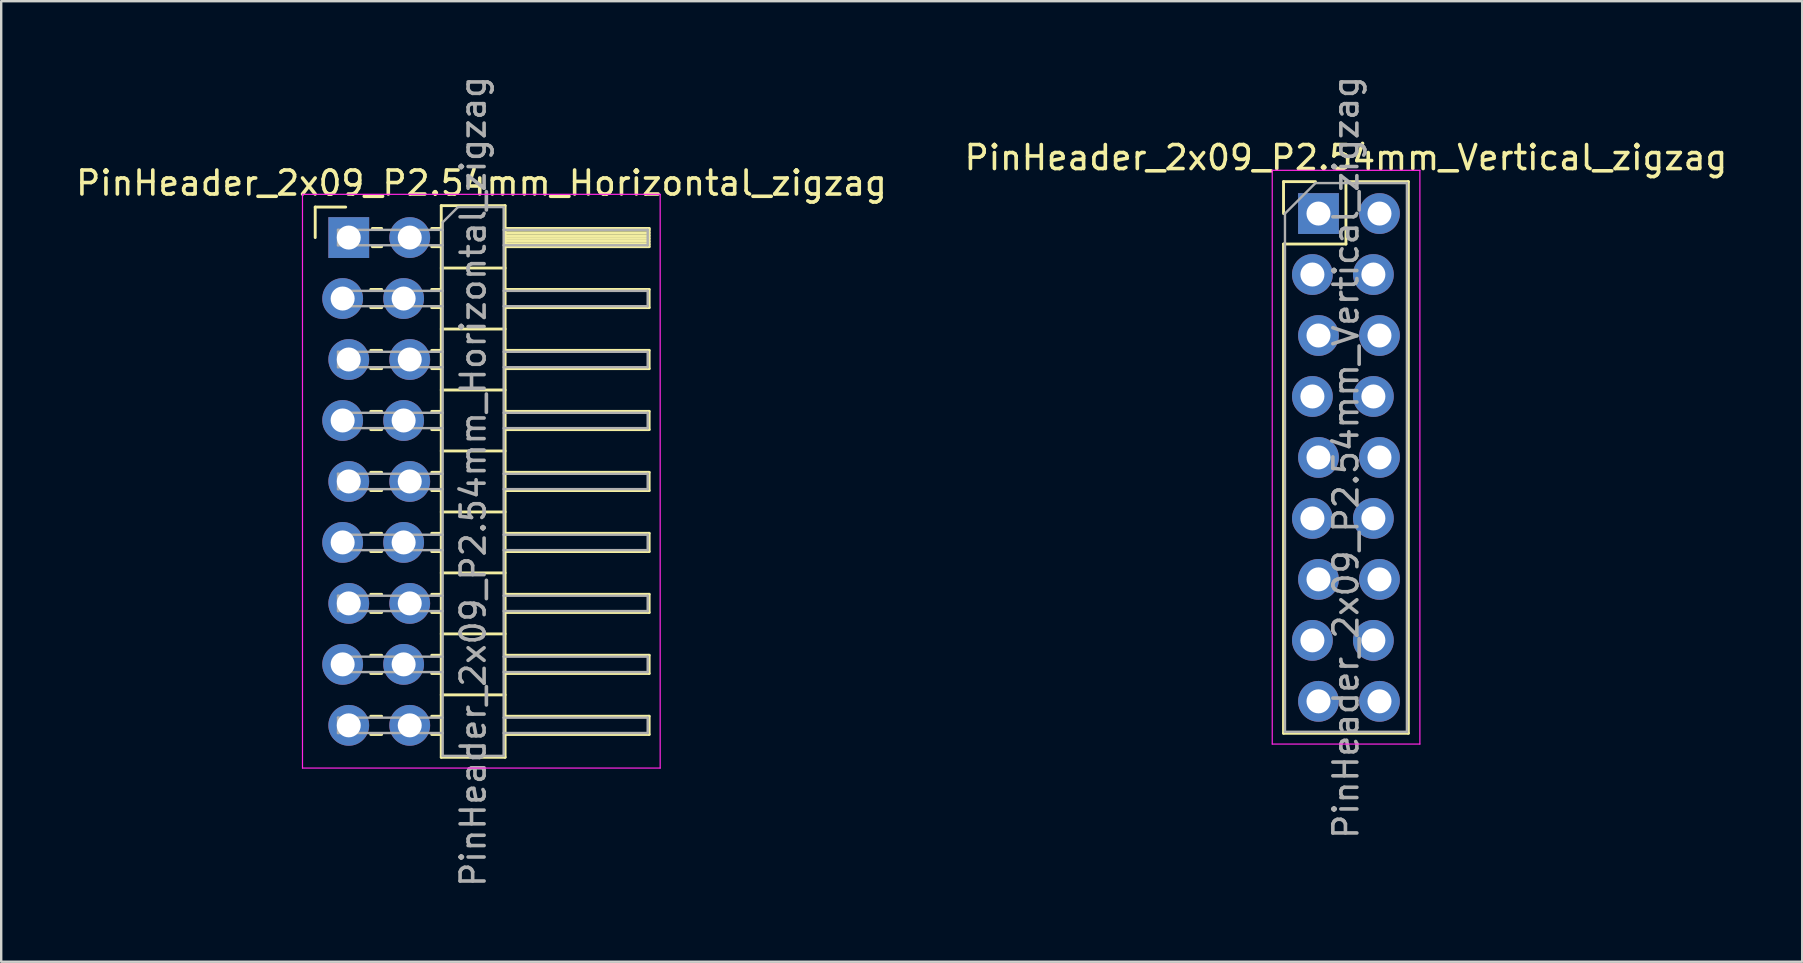
<source format=kicad_pcb>
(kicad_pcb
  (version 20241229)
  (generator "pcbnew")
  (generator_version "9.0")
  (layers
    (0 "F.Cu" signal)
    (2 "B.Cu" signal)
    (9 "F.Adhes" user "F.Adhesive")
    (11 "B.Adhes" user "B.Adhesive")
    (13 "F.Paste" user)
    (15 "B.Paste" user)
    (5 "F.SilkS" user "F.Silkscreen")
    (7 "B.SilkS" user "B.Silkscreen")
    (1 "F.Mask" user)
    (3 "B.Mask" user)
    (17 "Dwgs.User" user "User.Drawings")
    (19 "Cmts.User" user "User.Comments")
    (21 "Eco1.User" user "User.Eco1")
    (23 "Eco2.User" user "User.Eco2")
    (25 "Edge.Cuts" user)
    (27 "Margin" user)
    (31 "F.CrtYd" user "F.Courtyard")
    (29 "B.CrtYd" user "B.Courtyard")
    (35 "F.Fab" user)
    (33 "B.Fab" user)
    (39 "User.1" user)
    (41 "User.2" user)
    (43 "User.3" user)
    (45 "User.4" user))
  (footprint "PinHeader_2x09_P2.54mm_Horizontal_zigzag"
    (layer "F.Cu")
    (at 11.351 6.846)
    (property "Reference" "PinHeader_2x09_P2.54mm_Horizontal_zigzag" (at 5.655 -2.27 0) (layer "F.SilkS") (effects (font (size 1 1) (thickness 0.15))))
    (attr through_hole)
    (fp_line (start -1.27 -1.27) (end 0 -1.27) (stroke (width 0.12) (type solid)) (layer "F.SilkS"))
    (fp_line (start -1.27 0) (end -1.27 -1.27) (stroke (width 0.12) (type solid)) (layer "F.SilkS"))
    (fp_line (start 1.043 2.16) (end 1.497 2.16) (stroke (width 0.12) (type solid)) (layer "F.SilkS"))
    (fp_line (start 1.043 2.92) (end 1.497 2.92) (stroke (width 0.12) (type solid)) (layer "F.SilkS"))
    (fp_line (start 1.043 4.7) (end 1.497 4.7) (stroke (width 0.12) (type solid)) (layer "F.SilkS"))
    (fp_line (start 1.043 5.46) (end 1.497 5.46) (stroke (width 0.12) (type solid)) (layer "F.SilkS"))
    (fp_line (start 1.043 7.24) (end 1.497 7.24) (stroke (width 0.12) (type solid)) (layer "F.SilkS"))
    (fp_line (start 1.043 8) (end 1.497 8) (stroke (width 0.12) (type solid)) (layer "F.SilkS"))
    (fp_line (start 1.043 9.78) (end 1.497 9.78) (stroke (width 0.12) (type solid)) (layer "F.SilkS"))
    (fp_line (start 1.043 10.54) (end 1.497 10.54) (stroke (width 0.12) (type solid)) (layer "F.SilkS"))
    (fp_line (start 1.043 12.32) (end 1.497 12.32) (stroke (width 0.12) (type solid)) (layer "F.SilkS"))
    (fp_line (start 1.043 13.08) (end 1.497 13.08) (stroke (width 0.12) (type solid)) (layer "F.SilkS"))
    (fp_line (start 1.043 14.86) (end 1.497 14.86) (stroke (width 0.12) (type solid)) (layer "F.SilkS"))
    (fp_line (start 1.043 15.62) (end 1.497 15.62) (stroke (width 0.12) (type solid)) (layer "F.SilkS"))
    (fp_line (start 1.043 17.4) (end 1.497 17.4) (stroke (width 0.12) (type solid)) (layer "F.SilkS"))
    (fp_line (start 1.043 18.16) (end 1.497 18.16) (stroke (width 0.12) (type solid)) (layer "F.SilkS"))
    (fp_line (start 1.043 19.94) (end 1.497 19.94) (stroke (width 0.12) (type solid)) (layer "F.SilkS"))
    (fp_line (start 1.043 20.7) (end 1.497 20.7) (stroke (width 0.12) (type solid)) (layer "F.SilkS"))
    (fp_line (start 1.11 -0.38) (end 1.497 -0.38) (stroke (width 0.12) (type solid)) (layer "F.SilkS"))
    (fp_line (start 1.11 0.38) (end 1.497 0.38) (stroke (width 0.12) (type solid)) (layer "F.SilkS"))
    (fp_line (start 3.583 -0.38) (end 3.98 -0.38) (stroke (width 0.12) (type solid)) (layer "F.SilkS"))
    (fp_line (start 3.583 0.38) (end 3.98 0.38) (stroke (width 0.12) (type solid)) (layer "F.SilkS"))
    (fp_line (start 3.583 2.16) (end 3.98 2.16) (stroke (width 0.12) (type solid)) (layer "F.SilkS"))
    (fp_line (start 3.583 2.92) (end 3.98 2.92) (stroke (width 0.12) (type solid)) (layer "F.SilkS"))
    (fp_line (start 3.583 4.7) (end 3.98 4.7) (stroke (width 0.12) (type solid)) (layer "F.SilkS"))
    (fp_line (start 3.583 5.46) (end 3.98 5.46) (stroke (width 0.12) (type solid)) (layer "F.SilkS"))
    (fp_line (start 3.583 7.24) (end 3.98 7.24) (stroke (width 0.12) (type solid)) (layer "F.SilkS"))
    (fp_line (start 3.583 8) (end 3.98 8) (stroke (width 0.12) (type solid)) (layer "F.SilkS"))
    (fp_line (start 3.583 9.78) (end 3.98 9.78) (stroke (width 0.12) (type solid)) (layer "F.SilkS"))
    (fp_line (start 3.583 10.54) (end 3.98 10.54) (stroke (width 0.12) (type solid)) (layer "F.SilkS"))
    (fp_line (start 3.583 12.32) (end 3.98 12.32) (stroke (width 0.12) (type solid)) (layer "F.SilkS"))
    (fp_line (start 3.583 13.08) (end 3.98 13.08) (stroke (width 0.12) (type solid)) (layer "F.SilkS"))
    (fp_line (start 3.583 14.86) (end 3.98 14.86) (stroke (width 0.12) (type solid)) (layer "F.SilkS"))
    (fp_line (start 3.583 15.62) (end 3.98 15.62) (stroke (width 0.12) (type solid)) (layer "F.SilkS"))
    (fp_line (start 3.583 17.4) (end 3.98 17.4) (stroke (width 0.12) (type solid)) (layer "F.SilkS"))
    (fp_line (start 3.583 18.16) (end 3.98 18.16) (stroke (width 0.12) (type solid)) (layer "F.SilkS"))
    (fp_line (start 3.583 19.94) (end 3.98 19.94) (stroke (width 0.12) (type solid)) (layer "F.SilkS"))
    (fp_line (start 3.583 20.7) (end 3.98 20.7) (stroke (width 0.12) (type solid)) (layer "F.SilkS"))
    (fp_line (start 3.98 -1.33) (end 3.98 21.65) (stroke (width 0.12) (type solid)) (layer "F.SilkS"))
    (fp_line (start 3.98 1.27) (end 6.64 1.27) (stroke (width 0.12) (type solid)) (layer "F.SilkS"))
    (fp_line (start 3.98 3.81) (end 6.64 3.81) (stroke (width 0.12) (type solid)) (layer "F.SilkS"))
    (fp_line (start 3.98 6.35) (end 6.64 6.35) (stroke (width 0.12) (type solid)) (layer "F.SilkS"))
    (fp_line (start 3.98 8.89) (end 6.64 8.89) (stroke (width 0.12) (type solid)) (layer "F.SilkS"))
    (fp_line (start 3.98 11.43) (end 6.64 11.43) (stroke (width 0.12) (type solid)) (layer "F.SilkS"))
    (fp_line (start 3.98 13.97) (end 6.64 13.97) (stroke (width 0.12) (type solid)) (layer "F.SilkS"))
    (fp_line (start 3.98 16.51) (end 6.64 16.51) (stroke (width 0.12) (type solid)) (layer "F.SilkS"))
    (fp_line (start 3.98 19.05) (end 6.64 19.05) (stroke (width 0.12) (type solid)) (layer "F.SilkS"))
    (fp_line (start 3.98 21.65) (end 6.64 21.65) (stroke (width 0.12) (type solid)) (layer "F.SilkS"))
    (fp_line (start 6.64 -1.33) (end 3.98 -1.33) (stroke (width 0.12) (type solid)) (layer "F.SilkS"))
    (fp_line (start 6.64 -0.38) (end 12.64 -0.38) (stroke (width 0.12) (type solid)) (layer "F.SilkS"))
    (fp_line (start 6.64 -0.32) (end 12.64 -0.32) (stroke (width 0.12) (type solid)) (layer "F.SilkS"))
    (fp_line (start 6.64 -0.2) (end 12.64 -0.2) (stroke (width 0.12) (type solid)) (layer "F.SilkS"))
    (fp_line (start 6.64 -0.08) (end 12.64 -0.08) (stroke (width 0.12) (type solid)) (layer "F.SilkS"))
    (fp_line (start 6.64 0.04) (end 12.64 0.04) (stroke (width 0.12) (type solid)) (layer "F.SilkS"))
    (fp_line (start 6.64 0.16) (end 12.64 0.16) (stroke (width 0.12) (type solid)) (layer "F.SilkS"))
    (fp_line (start 6.64 0.28) (end 12.64 0.28) (stroke (width 0.12) (type solid)) (layer "F.SilkS"))
    (fp_line (start 6.64 2.16) (end 12.64 2.16) (stroke (width 0.12) (type solid)) (layer "F.SilkS"))
    (fp_line (start 6.64 4.7) (end 12.64 4.7) (stroke (width 0.12) (type solid)) (layer "F.SilkS"))
    (fp_line (start 6.64 7.24) (end 12.64 7.24) (stroke (width 0.12) (type solid)) (layer "F.SilkS"))
    (fp_line (start 6.64 9.78) (end 12.64 9.78) (stroke (width 0.12) (type solid)) (layer "F.SilkS"))
    (fp_line (start 6.64 12.32) (end 12.64 12.32) (stroke (width 0.12) (type solid)) (layer "F.SilkS"))
    (fp_line (start 6.64 14.86) (end 12.64 14.86) (stroke (width 0.12) (type solid)) (layer "F.SilkS"))
    (fp_line (start 6.64 17.4) (end 12.64 17.4) (stroke (width 0.12) (type solid)) (layer "F.SilkS"))
    (fp_line (start 6.64 19.94) (end 12.64 19.94) (stroke (width 0.12) (type solid)) (layer "F.SilkS"))
    (fp_line (start 6.64 21.65) (end 6.64 -1.33) (stroke (width 0.12) (type solid)) (layer "F.SilkS"))
    (fp_line (start 12.64 -0.38) (end 12.64 0.38) (stroke (width 0.12) (type solid)) (layer "F.SilkS"))
    (fp_line (start 12.64 0.38) (end 6.64 0.38) (stroke (width 0.12) (type solid)) (layer "F.SilkS"))
    (fp_line (start 12.64 2.16) (end 12.64 2.92) (stroke (width 0.12) (type solid)) (layer "F.SilkS"))
    (fp_line (start 12.64 2.92) (end 6.64 2.92) (stroke (width 0.12) (type solid)) (layer "F.SilkS"))
    (fp_line (start 12.64 4.7) (end 12.64 5.46) (stroke (width 0.12) (type solid)) (layer "F.SilkS"))
    (fp_line (start 12.64 5.46) (end 6.64 5.46) (stroke (width 0.12) (type solid)) (layer "F.SilkS"))
    (fp_line (start 12.64 7.24) (end 12.64 8) (stroke (width 0.12) (type solid)) (layer "F.SilkS"))
    (fp_line (start 12.64 8) (end 6.64 8) (stroke (width 0.12) (type solid)) (layer "F.SilkS"))
    (fp_line (start 12.64 9.78) (end 12.64 10.54) (stroke (width 0.12) (type solid)) (layer "F.SilkS"))
    (fp_line (start 12.64 10.54) (end 6.64 10.54) (stroke (width 0.12) (type solid)) (layer "F.SilkS"))
    (fp_line (start 12.64 12.32) (end 12.64 13.08) (stroke (width 0.12) (type solid)) (layer "F.SilkS"))
    (fp_line (start 12.64 13.08) (end 6.64 13.08) (stroke (width 0.12) (type solid)) (layer "F.SilkS"))
    (fp_line (start 12.64 14.86) (end 12.64 15.62) (stroke (width 0.12) (type solid)) (layer "F.SilkS"))
    (fp_line (start 12.64 15.62) (end 6.64 15.62) (stroke (width 0.12) (type solid)) (layer "F.SilkS"))
    (fp_line (start 12.64 17.4) (end 12.64 18.16) (stroke (width 0.12) (type solid)) (layer "F.SilkS"))
    (fp_line (start 12.64 18.16) (end 6.64 18.16) (stroke (width 0.12) (type solid)) (layer "F.SilkS"))
    (fp_line (start 12.64 19.94) (end 12.64 20.7) (stroke (width 0.12) (type solid)) (layer "F.SilkS"))
    (fp_line (start 12.64 20.7) (end 6.64 20.7) (stroke (width 0.12) (type solid)) (layer "F.SilkS"))
    (fp_line (start -1.8 -1.8) (end -1.8 22.1) (stroke (width 0.05) (type solid)) (layer "F.CrtYd"))
    (fp_line (start -1.8 22.1) (end 13.1 22.1) (stroke (width 0.05) (type solid)) (layer "F.CrtYd"))
    (fp_line (start 13.1 -1.8) (end -1.8 -1.8) (stroke (width 0.05) (type solid)) (layer "F.CrtYd"))
    (fp_line (start 13.1 22.1) (end 13.1 -1.8) (stroke (width 0.05) (type solid)) (layer "F.CrtYd"))
    (fp_line (start -0.32 -0.32) (end -0.32 0.32) (stroke (width 0.1) (type solid)) (layer "F.Fab"))
    (fp_line (start -0.32 -0.32) (end 4.04 -0.32) (stroke (width 0.1) (type solid)) (layer "F.Fab"))
    (fp_line (start -0.32 0.32) (end 4.04 0.32) (stroke (width 0.1) (type solid)) (layer "F.Fab"))
    (fp_line (start -0.32 2.22) (end -0.32 2.86) (stroke (width 0.1) (type solid)) (layer "F.Fab"))
    (fp_line (start -0.32 2.22) (end 4.04 2.22) (stroke (width 0.1) (type solid)) (layer "F.Fab"))
    (fp_line (start -0.32 2.86) (end 4.04 2.86) (stroke (width 0.1) (type solid)) (layer "F.Fab"))
    (fp_line (start -0.32 4.76) (end -0.32 5.4) (stroke (width 0.1) (type solid)) (layer "F.Fab"))
    (fp_line (start -0.32 4.76) (end 4.04 4.76) (stroke (width 0.1) (type solid)) (layer "F.Fab"))
    (fp_line (start -0.32 5.4) (end 4.04 5.4) (stroke (width 0.1) (type solid)) (layer "F.Fab"))
    (fp_line (start -0.32 7.3) (end -0.32 7.94) (stroke (width 0.1) (type solid)) (layer "F.Fab"))
    (fp_line (start -0.32 7.3) (end 4.04 7.3) (stroke (width 0.1) (type solid)) (layer "F.Fab"))
    (fp_line (start -0.32 7.94) (end 4.04 7.94) (stroke (width 0.1) (type solid)) (layer "F.Fab"))
    (fp_line (start -0.32 9.84) (end -0.32 10.48) (stroke (width 0.1) (type solid)) (layer "F.Fab"))
    (fp_line (start -0.32 9.84) (end 4.04 9.84) (stroke (width 0.1) (type solid)) (layer "F.Fab"))
    (fp_line (start -0.32 10.48) (end 4.04 10.48) (stroke (width 0.1) (type solid)) (layer "F.Fab"))
    (fp_line (start -0.32 12.38) (end -0.32 13.02) (stroke (width 0.1) (type solid)) (layer "F.Fab"))
    (fp_line (start -0.32 12.38) (end 4.04 12.38) (stroke (width 0.1) (type solid)) (layer "F.Fab"))
    (fp_line (start -0.32 13.02) (end 4.04 13.02) (stroke (width 0.1) (type solid)) (layer "F.Fab"))
    (fp_line (start -0.32 14.92) (end -0.32 15.56) (stroke (width 0.1) (type solid)) (layer "F.Fab"))
    (fp_line (start -0.32 14.92) (end 4.04 14.92) (stroke (width 0.1) (type solid)) (layer "F.Fab"))
    (fp_line (start -0.32 15.56) (end 4.04 15.56) (stroke (width 0.1) (type solid)) (layer "F.Fab"))
    (fp_line (start -0.32 17.46) (end -0.32 18.1) (stroke (width 0.1) (type solid)) (layer "F.Fab"))
    (fp_line (start -0.32 17.46) (end 4.04 17.46) (stroke (width 0.1) (type solid)) (layer "F.Fab"))
    (fp_line (start -0.32 18.1) (end 4.04 18.1) (stroke (width 0.1) (type solid)) (layer "F.Fab"))
    (fp_line (start -0.32 20) (end -0.32 20.64) (stroke (width 0.1) (type solid)) (layer "F.Fab"))
    (fp_line (start -0.32 20) (end 4.04 20) (stroke (width 0.1) (type solid)) (layer "F.Fab"))
    (fp_line (start -0.32 20.64) (end 4.04 20.64) (stroke (width 0.1) (type solid)) (layer "F.Fab"))
    (fp_line (start 4.04 -0.635) (end 4.675 -1.27) (stroke (width 0.1) (type solid)) (layer "F.Fab"))
    (fp_line (start 4.04 21.59) (end 4.04 -0.635) (stroke (width 0.1) (type solid)) (layer "F.Fab"))
    (fp_line (start 4.675 -1.27) (end 6.58 -1.27) (stroke (width 0.1) (type solid)) (layer "F.Fab"))
    (fp_line (start 6.58 -1.27) (end 6.58 21.59) (stroke (width 0.1) (type solid)) (layer "F.Fab"))
    (fp_line (start 6.58 -0.32) (end 12.58 -0.32) (stroke (width 0.1) (type solid)) (layer "F.Fab"))
    (fp_line (start 6.58 0.32) (end 12.58 0.32) (stroke (width 0.1) (type solid)) (layer "F.Fab"))
    (fp_line (start 6.58 2.22) (end 12.58 2.22) (stroke (width 0.1) (type solid)) (layer "F.Fab"))
    (fp_line (start 6.58 2.86) (end 12.58 2.86) (stroke (width 0.1) (type solid)) (layer "F.Fab"))
    (fp_line (start 6.58 4.76) (end 12.58 4.76) (stroke (width 0.1) (type solid)) (layer "F.Fab"))
    (fp_line (start 6.58 5.4) (end 12.58 5.4) (stroke (width 0.1) (type solid)) (layer "F.Fab"))
    (fp_line (start 6.58 7.3) (end 12.58 7.3) (stroke (width 0.1) (type solid)) (layer "F.Fab"))
    (fp_line (start 6.58 7.94) (end 12.58 7.94) (stroke (width 0.1) (type solid)) (layer "F.Fab"))
    (fp_line (start 6.58 9.84) (end 12.58 9.84) (stroke (width 0.1) (type solid)) (layer "F.Fab"))
    (fp_line (start 6.58 10.48) (end 12.58 10.48) (stroke (width 0.1) (type solid)) (layer "F.Fab"))
    (fp_line (start 6.58 12.38) (end 12.58 12.38) (stroke (width 0.1) (type solid)) (layer "F.Fab"))
    (fp_line (start 6.58 13.02) (end 12.58 13.02) (stroke (width 0.1) (type solid)) (layer "F.Fab"))
    (fp_line (start 6.58 14.92) (end 12.58 14.92) (stroke (width 0.1) (type solid)) (layer "F.Fab"))
    (fp_line (start 6.58 15.56) (end 12.58 15.56) (stroke (width 0.1) (type solid)) (layer "F.Fab"))
    (fp_line (start 6.58 17.46) (end 12.58 17.46) (stroke (width 0.1) (type solid)) (layer "F.Fab"))
    (fp_line (start 6.58 18.1) (end 12.58 18.1) (stroke (width 0.1) (type solid)) (layer "F.Fab"))
    (fp_line (start 6.58 20) (end 12.58 20) (stroke (width 0.1) (type solid)) (layer "F.Fab"))
    (fp_line (start 6.58 20.64) (end 12.58 20.64) (stroke (width 0.1) (type solid)) (layer "F.Fab"))
    (fp_line (start 6.58 21.59) (end 4.04 21.59) (stroke (width 0.1) (type solid)) (layer "F.Fab"))
    (fp_line (start 12.58 -0.32) (end 12.58 0.32) (stroke (width 0.1) (type solid)) (layer "F.Fab"))
    (fp_line (start 12.58 2.22) (end 12.58 2.86) (stroke (width 0.1) (type solid)) (layer "F.Fab"))
    (fp_line (start 12.58 4.76) (end 12.58 5.4) (stroke (width 0.1) (type solid)) (layer "F.Fab"))
    (fp_line (start 12.58 7.3) (end 12.58 7.94) (stroke (width 0.1) (type solid)) (layer "F.Fab"))
    (fp_line (start 12.58 9.84) (end 12.58 10.48) (stroke (width 0.1) (type solid)) (layer "F.Fab"))
    (fp_line (start 12.58 12.38) (end 12.58 13.02) (stroke (width 0.1) (type solid)) (layer "F.Fab"))
    (fp_line (start 12.58 14.92) (end 12.58 15.56) (stroke (width 0.1) (type solid)) (layer "F.Fab"))
    (fp_line (start 12.58 17.46) (end 12.58 18.1) (stroke (width 0.1) (type solid)) (layer "F.Fab"))
    (fp_line (start 12.58 20) (end 12.58 20.64) (stroke (width 0.1) (type solid)) (layer "F.Fab"))
    (fp_text user "${REFERENCE}" (at 5.31 10.16 90) (layer "F.Fab") (effects (font (size 1 1) (thickness 0.15))))
    (pad "1" thru_hole rect (at 0.127 0) (size 1.7 1.7) (drill 1) (layers "*.Cu" "*.Mask"))
    (pad "2" thru_hole oval (at 2.667 0) (size 1.7 1.7) (drill 1) (layers "*.Cu" "*.Mask"))
    (pad "3" thru_hole oval (at -0.127 2.54) (size 1.7 1.7) (drill 1) (layers "*.Cu" "*.Mask"))
    (pad "4" thru_hole oval (at 2.413 2.54) (size 1.7 1.7) (drill 1) (layers "*.Cu" "*.Mask"))
    (pad "5" thru_hole oval (at 0.127 5.08) (size 1.7 1.7) (drill 1) (layers "*.Cu" "*.Mask"))
    (pad "6" thru_hole oval (at 2.667 5.08) (size 1.7 1.7) (drill 1) (layers "*.Cu" "*.Mask"))
    (pad "7" thru_hole oval (at -0.127 7.62) (size 1.7 1.7) (drill 1) (layers "*.Cu" "*.Mask"))
    (pad "8" thru_hole oval (at 2.413 7.62) (size 1.7 1.7) (drill 1) (layers "*.Cu" "*.Mask"))
    (pad "9" thru_hole oval (at 0.127 10.16) (size 1.7 1.7) (drill 1) (layers "*.Cu" "*.Mask"))
    (pad "10" thru_hole oval (at 2.667 10.16) (size 1.7 1.7) (drill 1) (layers "*.Cu" "*.Mask"))
    (pad "11" thru_hole oval (at -0.127 12.7) (size 1.7 1.7) (drill 1) (layers "*.Cu" "*.Mask"))
    (pad "12" thru_hole oval (at 2.413 12.7) (size 1.7 1.7) (drill 1) (layers "*.Cu" "*.Mask"))
    (pad "13" thru_hole oval (at 0.127 15.24) (size 1.7 1.7) (drill 1) (layers "*.Cu" "*.Mask"))
    (pad "14" thru_hole oval (at 2.667 15.24) (size 1.7 1.7) (drill 1) (layers "*.Cu" "*.Mask"))
    (pad "15" thru_hole oval (at -0.127 17.78) (size 1.7 1.7) (drill 1) (layers "*.Cu" "*.Mask"))
    (pad "16" thru_hole oval (at 2.413 17.78) (size 1.7 1.7) (drill 1) (layers "*.Cu" "*.Mask"))
    (pad "17" thru_hole oval (at 0.127 20.32) (size 1.7 1.7) (drill 1) (layers "*.Cu" "*.Mask"))
    (pad "18" thru_hole oval (at 2.667 20.32) (size 1.7 1.7) (drill 1) (layers "*.Cu" "*.Mask")))
  (footprint "PinHeader_2x09_P2.54mm_Vertical_zigzag"
    (layer "F.Cu")
    (at 51.748 5.846)
    (property "Reference" "PinHeader_2x09_P2.54mm_Vertical_zigzag" (at 1.27 -2.33 0) (layer "F.SilkS") (effects (font (size 1 1) (thickness 0.15))))
    (attr through_hole)
    (fp_line (start -1.33 -1.33) (end 0 -1.33) (stroke (width 0.12) (type solid)) (layer "F.SilkS"))
    (fp_line (start -1.33 0) (end -1.33 -1.33) (stroke (width 0.12) (type solid)) (layer "F.SilkS"))
    (fp_line (start -1.33 1.27) (end -1.33 21.65) (stroke (width 0.12) (type solid)) (layer "F.SilkS"))
    (fp_line (start -1.33 1.27) (end 1.27 1.27) (stroke (width 0.12) (type solid)) (layer "F.SilkS"))
    (fp_line (start -1.33 21.65) (end 3.87 21.65) (stroke (width 0.12) (type solid)) (layer "F.SilkS"))
    (fp_line (start 1.27 -1.33) (end 3.87 -1.33) (stroke (width 0.12) (type solid)) (layer "F.SilkS"))
    (fp_line (start 1.27 1.27) (end 1.27 -1.33) (stroke (width 0.12) (type solid)) (layer "F.SilkS"))
    (fp_line (start 3.87 -1.33) (end 3.87 21.65) (stroke (width 0.12) (type solid)) (layer "F.SilkS"))
    (fp_line (start -1.8 -1.8) (end -1.8 22.1) (stroke (width 0.05) (type solid)) (layer "F.CrtYd"))
    (fp_line (start -1.8 22.1) (end 4.35 22.1) (stroke (width 0.05) (type solid)) (layer "F.CrtYd"))
    (fp_line (start 4.35 -1.8) (end -1.8 -1.8) (stroke (width 0.05) (type solid)) (layer "F.CrtYd"))
    (fp_line (start 4.35 22.1) (end 4.35 -1.8) (stroke (width 0.05) (type solid)) (layer "F.CrtYd"))
    (fp_line (start -1.27 0) (end 0 -1.27) (stroke (width 0.1) (type solid)) (layer "F.Fab"))
    (fp_line (start -1.27 21.59) (end -1.27 0) (stroke (width 0.1) (type solid)) (layer "F.Fab"))
    (fp_line (start 0 -1.27) (end 3.81 -1.27) (stroke (width 0.1) (type solid)) (layer "F.Fab"))
    (fp_line (start 3.81 -1.27) (end 3.81 21.59) (stroke (width 0.1) (type solid)) (layer "F.Fab"))
    (fp_line (start 3.81 21.59) (end -1.27 21.59) (stroke (width 0.1) (type solid)) (layer "F.Fab"))
    (fp_text user "${REFERENCE}" (at 1.27 10.16 90) (layer "F.Fab") (effects (font (size 1 1) (thickness 0.15))))
    (pad "1" thru_hole rect (at 0.127 0) (size 1.7 1.7) (drill 1) (layers "*.Cu" "*.Mask"))
    (pad "2" thru_hole oval (at 2.667 0) (size 1.7 1.7) (drill 1) (layers "*.Cu" "*.Mask"))
    (pad "3" thru_hole oval (at -0.127 2.54) (size 1.7 1.7) (drill 1) (layers "*.Cu" "*.Mask"))
    (pad "4" thru_hole oval (at 2.413 2.54) (size 1.7 1.7) (drill 1) (layers "*.Cu" "*.Mask"))
    (pad "5" thru_hole oval (at 0.127 5.08) (size 1.7 1.7) (drill 1) (layers "*.Cu" "*.Mask"))
    (pad "6" thru_hole oval (at 2.667 5.08) (size 1.7 1.7) (drill 1) (layers "*.Cu" "*.Mask"))
    (pad "7" thru_hole oval (at -0.127 7.62) (size 1.7 1.7) (drill 1) (layers "*.Cu" "*.Mask"))
    (pad "8" thru_hole oval (at 2.413 7.62) (size 1.7 1.7) (drill 1) (layers "*.Cu" "*.Mask"))
    (pad "9" thru_hole oval (at 0.127 10.16) (size 1.7 1.7) (drill 1) (layers "*.Cu" "*.Mask"))
    (pad "10" thru_hole oval (at 2.667 10.16) (size 1.7 1.7) (drill 1) (layers "*.Cu" "*.Mask"))
    (pad "11" thru_hole oval (at -0.127 12.7) (size 1.7 1.7) (drill 1) (layers "*.Cu" "*.Mask"))
    (pad "12" thru_hole oval (at 2.413 12.7) (size 1.7 1.7) (drill 1) (layers "*.Cu" "*.Mask"))
    (pad "13" thru_hole oval (at 0.127 15.24) (size 1.7 1.7) (drill 1) (layers "*.Cu" "*.Mask"))
    (pad "14" thru_hole oval (at 2.667 15.24) (size 1.7 1.7) (drill 1) (layers "*.Cu" "*.Mask"))
    (pad "15" thru_hole oval (at -0.127 17.78) (size 1.7 1.7) (drill 1) (layers "*.Cu" "*.Mask"))
    (pad "16" thru_hole oval (at 2.413 17.78) (size 1.7 1.7) (drill 1) (layers "*.Cu" "*.Mask"))
    (pad "17" thru_hole oval (at 0.127 20.32) (size 1.7 1.7) (drill 1) (layers "*.Cu" "*.Mask"))
    (pad "18" thru_hole oval (at 2.667 20.32) (size 1.7 1.7) (drill 1) (layers "*.Cu" "*.Mask")))
  (gr_rect
    (start -3 -3)
    (end 72.024 37.012)
    (stroke (width 0.1) (type default))
    (fill no)
    (layer "Edge.Cuts")))
</source>
